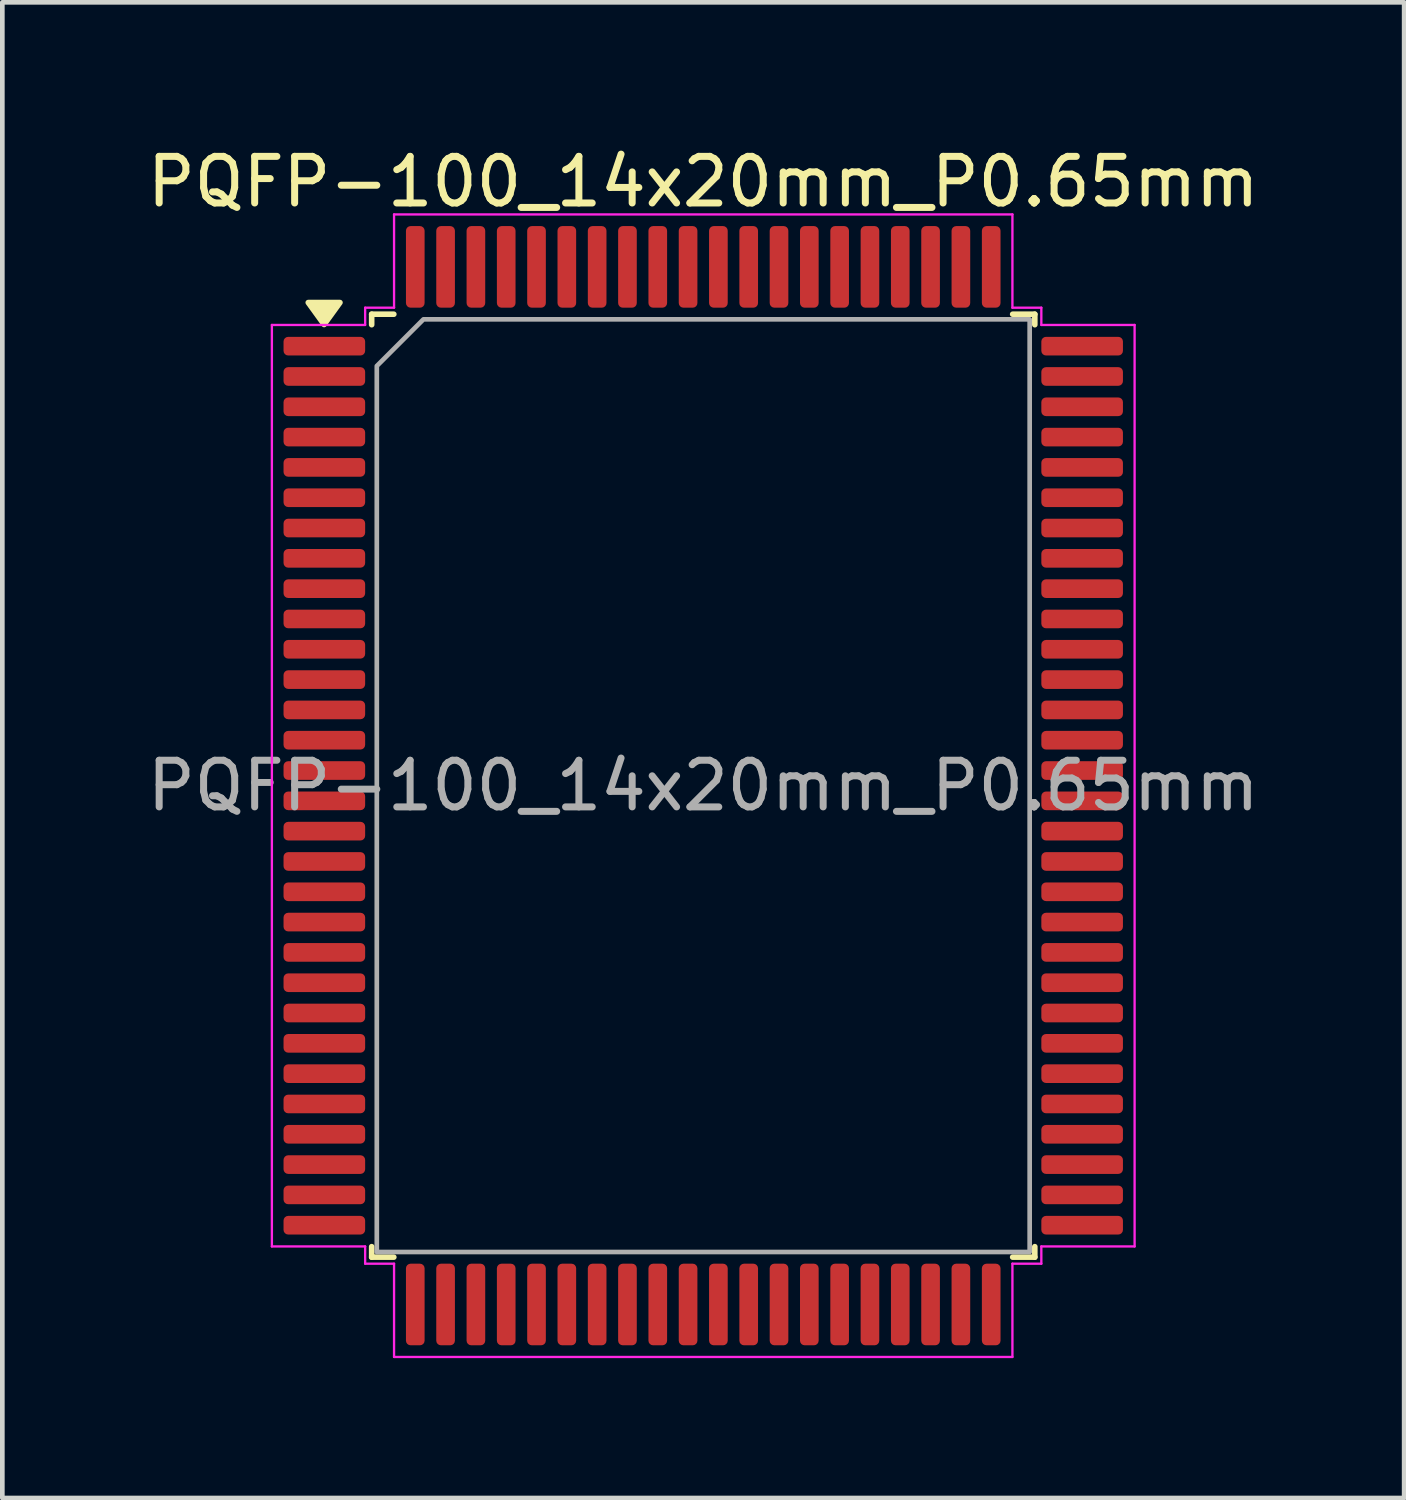
<source format=kicad_pcb>
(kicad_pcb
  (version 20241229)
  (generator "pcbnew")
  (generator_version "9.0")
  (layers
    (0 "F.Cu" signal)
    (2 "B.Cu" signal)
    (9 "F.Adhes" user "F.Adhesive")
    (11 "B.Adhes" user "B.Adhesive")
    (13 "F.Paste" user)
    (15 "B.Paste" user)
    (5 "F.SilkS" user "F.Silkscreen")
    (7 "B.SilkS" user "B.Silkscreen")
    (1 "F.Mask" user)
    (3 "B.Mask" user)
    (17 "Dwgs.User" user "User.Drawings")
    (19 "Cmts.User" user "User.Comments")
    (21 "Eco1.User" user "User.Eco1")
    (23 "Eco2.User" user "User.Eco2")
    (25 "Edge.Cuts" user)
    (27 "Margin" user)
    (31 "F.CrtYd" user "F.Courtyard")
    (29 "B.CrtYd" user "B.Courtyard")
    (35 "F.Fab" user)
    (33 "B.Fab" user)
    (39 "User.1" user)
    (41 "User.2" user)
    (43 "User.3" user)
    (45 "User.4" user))
  (footprint "PQFP-100_14x20mm_P0.65mm"
    (layer "F.Cu")
    (at 12.03 13.798)
    (property "Reference" "PQFP-100_14x20mm_P0.65mm" (at 0 -12.95 0) (layer "F.SilkS") (effects (font (size 1 1) (thickness 0.15))))
    (attr smd)
    (fp_line (start -7.11 -10.11) (end -6.635 -10.11) (stroke (width 0.12) (type solid)) (layer "F.SilkS"))
    (fp_line (start -7.11 -9.885) (end -7.11 -10.11) (stroke (width 0.12) (type solid)) (layer "F.SilkS"))
    (fp_line (start -7.11 10.11) (end -7.11 9.885) (stroke (width 0.12) (type solid)) (layer "F.SilkS"))
    (fp_line (start -6.635 10.11) (end -7.11 10.11) (stroke (width 0.12) (type solid)) (layer "F.SilkS"))
    (fp_line (start 6.635 -10.11) (end 7.11 -10.11) (stroke (width 0.12) (type solid)) (layer "F.SilkS"))
    (fp_line (start 7.11 -10.11) (end 7.11 -9.885) (stroke (width 0.12) (type solid)) (layer "F.SilkS"))
    (fp_line (start 7.11 9.885) (end 7.11 10.11) (stroke (width 0.12) (type solid)) (layer "F.SilkS"))
    (fp_line (start 7.11 10.11) (end 6.635 10.11) (stroke (width 0.12) (type solid)) (layer "F.SilkS"))
    (fp_poly (pts (xy -8.13 -9.89) (xy -8.47 -10.36) (xy -7.79 -10.36)) (stroke (width 0.12) (type solid)) (fill yes) (layer "F.SilkS"))
    (fp_line (start -9.25 -9.88) (end -7.25 -9.88) (stroke (width 0.05) (type solid)) (layer "F.CrtYd"))
    (fp_line (start -9.25 9.88) (end -9.25 -9.88) (stroke (width 0.05) (type solid)) (layer "F.CrtYd"))
    (fp_line (start -7.25 -10.25) (end -6.63 -10.25) (stroke (width 0.05) (type solid)) (layer "F.CrtYd"))
    (fp_line (start -7.25 -9.88) (end -7.25 -10.25) (stroke (width 0.05) (type solid)) (layer "F.CrtYd"))
    (fp_line (start -7.25 9.88) (end -9.25 9.88) (stroke (width 0.05) (type solid)) (layer "F.CrtYd"))
    (fp_line (start -7.25 10.25) (end -7.25 9.88) (stroke (width 0.05) (type solid)) (layer "F.CrtYd"))
    (fp_line (start -6.63 -12.25) (end 6.63 -12.25) (stroke (width 0.05) (type solid)) (layer "F.CrtYd"))
    (fp_line (start -6.63 -10.25) (end -6.63 -12.25) (stroke (width 0.05) (type solid)) (layer "F.CrtYd"))
    (fp_line (start -6.63 10.25) (end -7.25 10.25) (stroke (width 0.05) (type solid)) (layer "F.CrtYd"))
    (fp_line (start -6.63 12.25) (end -6.63 10.25) (stroke (width 0.05) (type solid)) (layer "F.CrtYd"))
    (fp_line (start 6.63 -12.25) (end 6.63 -10.25) (stroke (width 0.05) (type solid)) (layer "F.CrtYd"))
    (fp_line (start 6.63 -10.25) (end 7.25 -10.25) (stroke (width 0.05) (type solid)) (layer "F.CrtYd"))
    (fp_line (start 6.63 10.25) (end 6.63 12.25) (stroke (width 0.05) (type solid)) (layer "F.CrtYd"))
    (fp_line (start 6.63 12.25) (end -6.63 12.25) (stroke (width 0.05) (type solid)) (layer "F.CrtYd"))
    (fp_line (start 7.25 -10.25) (end 7.25 -9.88) (stroke (width 0.05) (type solid)) (layer "F.CrtYd"))
    (fp_line (start 7.25 -9.88) (end 9.25 -9.88) (stroke (width 0.05) (type solid)) (layer "F.CrtYd"))
    (fp_line (start 7.25 9.88) (end 7.25 10.25) (stroke (width 0.05) (type solid)) (layer "F.CrtYd"))
    (fp_line (start 7.25 10.25) (end 6.63 10.25) (stroke (width 0.05) (type solid)) (layer "F.CrtYd"))
    (fp_line (start 9.25 -9.88) (end 9.25 9.88) (stroke (width 0.05) (type solid)) (layer "F.CrtYd"))
    (fp_line (start 9.25 9.88) (end 7.25 9.88) (stroke (width 0.05) (type solid)) (layer "F.CrtYd"))
    (fp_poly (pts (xy -6 -10) (xy 7 -10) (xy 7 10) (xy -7 10) (xy -7 -9)) (stroke (width 0.1) (type solid)) (fill no) (layer "F.Fab"))
    (fp_text user "${REFERENCE}" (at 0 0 0) (layer "F.Fab") (effects (font (size 1 1) (thickness 0.15))))
    (pad "1" smd roundrect (at -8.125 -9.425) (size 1.75 0.4) (layers "F.Cu" "F.Mask" "F.Paste") (roundrect_rratio 0.25))
    (pad "2" smd roundrect (at -8.125 -8.775) (size 1.75 0.4) (layers "F.Cu" "F.Mask" "F.Paste") (roundrect_rratio 0.25))
    (pad "3" smd roundrect (at -8.125 -8.125) (size 1.75 0.4) (layers "F.Cu" "F.Mask" "F.Paste") (roundrect_rratio 0.25))
    (pad "4" smd roundrect (at -8.125 -7.475) (size 1.75 0.4) (layers "F.Cu" "F.Mask" "F.Paste") (roundrect_rratio 0.25))
    (pad "5" smd roundrect (at -8.125 -6.825) (size 1.75 0.4) (layers "F.Cu" "F.Mask" "F.Paste") (roundrect_rratio 0.25))
    (pad "6" smd roundrect (at -8.125 -6.175) (size 1.75 0.4) (layers "F.Cu" "F.Mask" "F.Paste") (roundrect_rratio 0.25))
    (pad "7" smd roundrect (at -8.125 -5.525) (size 1.75 0.4) (layers "F.Cu" "F.Mask" "F.Paste") (roundrect_rratio 0.25))
    (pad "8" smd roundrect (at -8.125 -4.875) (size 1.75 0.4) (layers "F.Cu" "F.Mask" "F.Paste") (roundrect_rratio 0.25))
    (pad "9" smd roundrect (at -8.125 -4.225) (size 1.75 0.4) (layers "F.Cu" "F.Mask" "F.Paste") (roundrect_rratio 0.25))
    (pad "10" smd roundrect (at -8.125 -3.575) (size 1.75 0.4) (layers "F.Cu" "F.Mask" "F.Paste") (roundrect_rratio 0.25))
    (pad "11" smd roundrect (at -8.125 -2.925) (size 1.75 0.4) (layers "F.Cu" "F.Mask" "F.Paste") (roundrect_rratio 0.25))
    (pad "12" smd roundrect (at -8.125 -2.275) (size 1.75 0.4) (layers "F.Cu" "F.Mask" "F.Paste") (roundrect_rratio 0.25))
    (pad "13" smd roundrect (at -8.125 -1.625) (size 1.75 0.4) (layers "F.Cu" "F.Mask" "F.Paste") (roundrect_rratio 0.25))
    (pad "14" smd roundrect (at -8.125 -0.975) (size 1.75 0.4) (layers "F.Cu" "F.Mask" "F.Paste") (roundrect_rratio 0.25))
    (pad "15" smd roundrect (at -8.125 -0.325) (size 1.75 0.4) (layers "F.Cu" "F.Mask" "F.Paste") (roundrect_rratio 0.25))
    (pad "16" smd roundrect (at -8.125 0.325) (size 1.75 0.4) (layers "F.Cu" "F.Mask" "F.Paste") (roundrect_rratio 0.25))
    (pad "17" smd roundrect (at -8.125 0.975) (size 1.75 0.4) (layers "F.Cu" "F.Mask" "F.Paste") (roundrect_rratio 0.25))
    (pad "18" smd roundrect (at -8.125 1.625) (size 1.75 0.4) (layers "F.Cu" "F.Mask" "F.Paste") (roundrect_rratio 0.25))
    (pad "19" smd roundrect (at -8.125 2.275) (size 1.75 0.4) (layers "F.Cu" "F.Mask" "F.Paste") (roundrect_rratio 0.25))
    (pad "20" smd roundrect (at -8.125 2.925) (size 1.75 0.4) (layers "F.Cu" "F.Mask" "F.Paste") (roundrect_rratio 0.25))
    (pad "21" smd roundrect (at -8.125 3.575) (size 1.75 0.4) (layers "F.Cu" "F.Mask" "F.Paste") (roundrect_rratio 0.25))
    (pad "22" smd roundrect (at -8.125 4.225) (size 1.75 0.4) (layers "F.Cu" "F.Mask" "F.Paste") (roundrect_rratio 0.25))
    (pad "23" smd roundrect (at -8.125 4.875) (size 1.75 0.4) (layers "F.Cu" "F.Mask" "F.Paste") (roundrect_rratio 0.25))
    (pad "24" smd roundrect (at -8.125 5.525) (size 1.75 0.4) (layers "F.Cu" "F.Mask" "F.Paste") (roundrect_rratio 0.25))
    (pad "25" smd roundrect (at -8.125 6.175) (size 1.75 0.4) (layers "F.Cu" "F.Mask" "F.Paste") (roundrect_rratio 0.25))
    (pad "26" smd roundrect (at -8.125 6.825) (size 1.75 0.4) (layers "F.Cu" "F.Mask" "F.Paste") (roundrect_rratio 0.25))
    (pad "27" smd roundrect (at -8.125 7.475) (size 1.75 0.4) (layers "F.Cu" "F.Mask" "F.Paste") (roundrect_rratio 0.25))
    (pad "28" smd roundrect (at -8.125 8.125) (size 1.75 0.4) (layers "F.Cu" "F.Mask" "F.Paste") (roundrect_rratio 0.25))
    (pad "29" smd roundrect (at -8.125 8.775) (size 1.75 0.4) (layers "F.Cu" "F.Mask" "F.Paste") (roundrect_rratio 0.25))
    (pad "30" smd roundrect (at -8.125 9.425) (size 1.75 0.4) (layers "F.Cu" "F.Mask" "F.Paste") (roundrect_rratio 0.25))
    (pad "31" smd roundrect (at -6.175 11.125) (size 0.4 1.75) (layers "F.Cu" "F.Mask" "F.Paste") (roundrect_rratio 0.25))
    (pad "32" smd roundrect (at -5.525 11.125) (size 0.4 1.75) (layers "F.Cu" "F.Mask" "F.Paste") (roundrect_rratio 0.25))
    (pad "33" smd roundrect (at -4.875 11.125) (size 0.4 1.75) (layers "F.Cu" "F.Mask" "F.Paste") (roundrect_rratio 0.25))
    (pad "34" smd roundrect (at -4.225 11.125) (size 0.4 1.75) (layers "F.Cu" "F.Mask" "F.Paste") (roundrect_rratio 0.25))
    (pad "35" smd roundrect (at -3.575 11.125) (size 0.4 1.75) (layers "F.Cu" "F.Mask" "F.Paste") (roundrect_rratio 0.25))
    (pad "36" smd roundrect (at -2.925 11.125) (size 0.4 1.75) (layers "F.Cu" "F.Mask" "F.Paste") (roundrect_rratio 0.25))
    (pad "37" smd roundrect (at -2.275 11.125) (size 0.4 1.75) (layers "F.Cu" "F.Mask" "F.Paste") (roundrect_rratio 0.25))
    (pad "38" smd roundrect (at -1.625 11.125) (size 0.4 1.75) (layers "F.Cu" "F.Mask" "F.Paste") (roundrect_rratio 0.25))
    (pad "39" smd roundrect (at -0.975 11.125) (size 0.4 1.75) (layers "F.Cu" "F.Mask" "F.Paste") (roundrect_rratio 0.25))
    (pad "40" smd roundrect (at -0.325 11.125) (size 0.4 1.75) (layers "F.Cu" "F.Mask" "F.Paste") (roundrect_rratio 0.25))
    (pad "41" smd roundrect (at 0.325 11.125) (size 0.4 1.75) (layers "F.Cu" "F.Mask" "F.Paste") (roundrect_rratio 0.25))
    (pad "42" smd roundrect (at 0.975 11.125) (size 0.4 1.75) (layers "F.Cu" "F.Mask" "F.Paste") (roundrect_rratio 0.25))
    (pad "43" smd roundrect (at 1.625 11.125) (size 0.4 1.75) (layers "F.Cu" "F.Mask" "F.Paste") (roundrect_rratio 0.25))
    (pad "44" smd roundrect (at 2.275 11.125) (size 0.4 1.75) (layers "F.Cu" "F.Mask" "F.Paste") (roundrect_rratio 0.25))
    (pad "45" smd roundrect (at 2.925 11.125) (size 0.4 1.75) (layers "F.Cu" "F.Mask" "F.Paste") (roundrect_rratio 0.25))
    (pad "46" smd roundrect (at 3.575 11.125) (size 0.4 1.75) (layers "F.Cu" "F.Mask" "F.Paste") (roundrect_rratio 0.25))
    (pad "47" smd roundrect (at 4.225 11.125) (size 0.4 1.75) (layers "F.Cu" "F.Mask" "F.Paste") (roundrect_rratio 0.25))
    (pad "48" smd roundrect (at 4.875 11.125) (size 0.4 1.75) (layers "F.Cu" "F.Mask" "F.Paste") (roundrect_rratio 0.25))
    (pad "49" smd roundrect (at 5.525 11.125) (size 0.4 1.75) (layers "F.Cu" "F.Mask" "F.Paste") (roundrect_rratio 0.25))
    (pad "50" smd roundrect (at 6.175 11.125) (size 0.4 1.75) (layers "F.Cu" "F.Mask" "F.Paste") (roundrect_rratio 0.25))
    (pad "51" smd roundrect (at 8.125 9.425) (size 1.75 0.4) (layers "F.Cu" "F.Mask" "F.Paste") (roundrect_rratio 0.25))
    (pad "52" smd roundrect (at 8.125 8.775) (size 1.75 0.4) (layers "F.Cu" "F.Mask" "F.Paste") (roundrect_rratio 0.25))
    (pad "53" smd roundrect (at 8.125 8.125) (size 1.75 0.4) (layers "F.Cu" "F.Mask" "F.Paste") (roundrect_rratio 0.25))
    (pad "54" smd roundrect (at 8.125 7.475) (size 1.75 0.4) (layers "F.Cu" "F.Mask" "F.Paste") (roundrect_rratio 0.25))
    (pad "55" smd roundrect (at 8.125 6.825) (size 1.75 0.4) (layers "F.Cu" "F.Mask" "F.Paste") (roundrect_rratio 0.25))
    (pad "56" smd roundrect (at 8.125 6.175) (size 1.75 0.4) (layers "F.Cu" "F.Mask" "F.Paste") (roundrect_rratio 0.25))
    (pad "57" smd roundrect (at 8.125 5.525) (size 1.75 0.4) (layers "F.Cu" "F.Mask" "F.Paste") (roundrect_rratio 0.25))
    (pad "58" smd roundrect (at 8.125 4.875) (size 1.75 0.4) (layers "F.Cu" "F.Mask" "F.Paste") (roundrect_rratio 0.25))
    (pad "59" smd roundrect (at 8.125 4.225) (size 1.75 0.4) (layers "F.Cu" "F.Mask" "F.Paste") (roundrect_rratio 0.25))
    (pad "60" smd roundrect (at 8.125 3.575) (size 1.75 0.4) (layers "F.Cu" "F.Mask" "F.Paste") (roundrect_rratio 0.25))
    (pad "61" smd roundrect (at 8.125 2.925) (size 1.75 0.4) (layers "F.Cu" "F.Mask" "F.Paste") (roundrect_rratio 0.25))
    (pad "62" smd roundrect (at 8.125 2.275) (size 1.75 0.4) (layers "F.Cu" "F.Mask" "F.Paste") (roundrect_rratio 0.25))
    (pad "63" smd roundrect (at 8.125 1.625) (size 1.75 0.4) (layers "F.Cu" "F.Mask" "F.Paste") (roundrect_rratio 0.25))
    (pad "64" smd roundrect (at 8.125 0.975) (size 1.75 0.4) (layers "F.Cu" "F.Mask" "F.Paste") (roundrect_rratio 0.25))
    (pad "65" smd roundrect (at 8.125 0.325) (size 1.75 0.4) (layers "F.Cu" "F.Mask" "F.Paste") (roundrect_rratio 0.25))
    (pad "66" smd roundrect (at 8.125 -0.325) (size 1.75 0.4) (layers "F.Cu" "F.Mask" "F.Paste") (roundrect_rratio 0.25))
    (pad "67" smd roundrect (at 8.125 -0.975) (size 1.75 0.4) (layers "F.Cu" "F.Mask" "F.Paste") (roundrect_rratio 0.25))
    (pad "68" smd roundrect (at 8.125 -1.625) (size 1.75 0.4) (layers "F.Cu" "F.Mask" "F.Paste") (roundrect_rratio 0.25))
    (pad "69" smd roundrect (at 8.125 -2.275) (size 1.75 0.4) (layers "F.Cu" "F.Mask" "F.Paste") (roundrect_rratio 0.25))
    (pad "70" smd roundrect (at 8.125 -2.925) (size 1.75 0.4) (layers "F.Cu" "F.Mask" "F.Paste") (roundrect_rratio 0.25))
    (pad "71" smd roundrect (at 8.125 -3.575) (size 1.75 0.4) (layers "F.Cu" "F.Mask" "F.Paste") (roundrect_rratio 0.25))
    (pad "72" smd roundrect (at 8.125 -4.225) (size 1.75 0.4) (layers "F.Cu" "F.Mask" "F.Paste") (roundrect_rratio 0.25))
    (pad "73" smd roundrect (at 8.125 -4.875) (size 1.75 0.4) (layers "F.Cu" "F.Mask" "F.Paste") (roundrect_rratio 0.25))
    (pad "74" smd roundrect (at 8.125 -5.525) (size 1.75 0.4) (layers "F.Cu" "F.Mask" "F.Paste") (roundrect_rratio 0.25))
    (pad "75" smd roundrect (at 8.125 -6.175) (size 1.75 0.4) (layers "F.Cu" "F.Mask" "F.Paste") (roundrect_rratio 0.25))
    (pad "76" smd roundrect (at 8.125 -6.825) (size 1.75 0.4) (layers "F.Cu" "F.Mask" "F.Paste") (roundrect_rratio 0.25))
    (pad "77" smd roundrect (at 8.125 -7.475) (size 1.75 0.4) (layers "F.Cu" "F.Mask" "F.Paste") (roundrect_rratio 0.25))
    (pad "78" smd roundrect (at 8.125 -8.125) (size 1.75 0.4) (layers "F.Cu" "F.Mask" "F.Paste") (roundrect_rratio 0.25))
    (pad "79" smd roundrect (at 8.125 -8.775) (size 1.75 0.4) (layers "F.Cu" "F.Mask" "F.Paste") (roundrect_rratio 0.25))
    (pad "80" smd roundrect (at 8.125 -9.425) (size 1.75 0.4) (layers "F.Cu" "F.Mask" "F.Paste") (roundrect_rratio 0.25))
    (pad "81" smd roundrect (at 6.175 -11.125) (size 0.4 1.75) (layers "F.Cu" "F.Mask" "F.Paste") (roundrect_rratio 0.25))
    (pad "82" smd roundrect (at 5.525 -11.125) (size 0.4 1.75) (layers "F.Cu" "F.Mask" "F.Paste") (roundrect_rratio 0.25))
    (pad "83" smd roundrect (at 4.875 -11.125) (size 0.4 1.75) (layers "F.Cu" "F.Mask" "F.Paste") (roundrect_rratio 0.25))
    (pad "84" smd roundrect (at 4.225 -11.125) (size 0.4 1.75) (layers "F.Cu" "F.Mask" "F.Paste") (roundrect_rratio 0.25))
    (pad "85" smd roundrect (at 3.575 -11.125) (size 0.4 1.75) (layers "F.Cu" "F.Mask" "F.Paste") (roundrect_rratio 0.25))
    (pad "86" smd roundrect (at 2.925 -11.125) (size 0.4 1.75) (layers "F.Cu" "F.Mask" "F.Paste") (roundrect_rratio 0.25))
    (pad "87" smd roundrect (at 2.275 -11.125) (size 0.4 1.75) (layers "F.Cu" "F.Mask" "F.Paste") (roundrect_rratio 0.25))
    (pad "88" smd roundrect (at 1.625 -11.125) (size 0.4 1.75) (layers "F.Cu" "F.Mask" "F.Paste") (roundrect_rratio 0.25))
    (pad "89" smd roundrect (at 0.975 -11.125) (size 0.4 1.75) (layers "F.Cu" "F.Mask" "F.Paste") (roundrect_rratio 0.25))
    (pad "90" smd roundrect (at 0.325 -11.125) (size 0.4 1.75) (layers "F.Cu" "F.Mask" "F.Paste") (roundrect_rratio 0.25))
    (pad "91" smd roundrect (at -0.325 -11.125) (size 0.4 1.75) (layers "F.Cu" "F.Mask" "F.Paste") (roundrect_rratio 0.25))
    (pad "92" smd roundrect (at -0.975 -11.125) (size 0.4 1.75) (layers "F.Cu" "F.Mask" "F.Paste") (roundrect_rratio 0.25))
    (pad "93" smd roundrect (at -1.625 -11.125) (size 0.4 1.75) (layers "F.Cu" "F.Mask" "F.Paste") (roundrect_rratio 0.25))
    (pad "94" smd roundrect (at -2.275 -11.125) (size 0.4 1.75) (layers "F.Cu" "F.Mask" "F.Paste") (roundrect_rratio 0.25))
    (pad "95" smd roundrect (at -2.925 -11.125) (size 0.4 1.75) (layers "F.Cu" "F.Mask" "F.Paste") (roundrect_rratio 0.25))
    (pad "96" smd roundrect (at -3.575 -11.125) (size 0.4 1.75) (layers "F.Cu" "F.Mask" "F.Paste") (roundrect_rratio 0.25))
    (pad "97" smd roundrect (at -4.225 -11.125) (size 0.4 1.75) (layers "F.Cu" "F.Mask" "F.Paste") (roundrect_rratio 0.25))
    (pad "98" smd roundrect (at -4.875 -11.125) (size 0.4 1.75) (layers "F.Cu" "F.Mask" "F.Paste") (roundrect_rratio 0.25))
    (pad "99" smd roundrect (at -5.525 -11.125) (size 0.4 1.75) (layers "F.Cu" "F.Mask" "F.Paste") (roundrect_rratio 0.25))
    (pad "100" smd roundrect (at -6.175 -11.125) (size 0.4 1.75) (layers "F.Cu" "F.Mask" "F.Paste") (roundrect_rratio 0.25)))
  (gr_rect
    (start -3 -3)
    (end 27.06 29.073)
    (stroke (width 0.1) (type default))
    (fill no)
    (layer "Edge.Cuts")))
</source>
